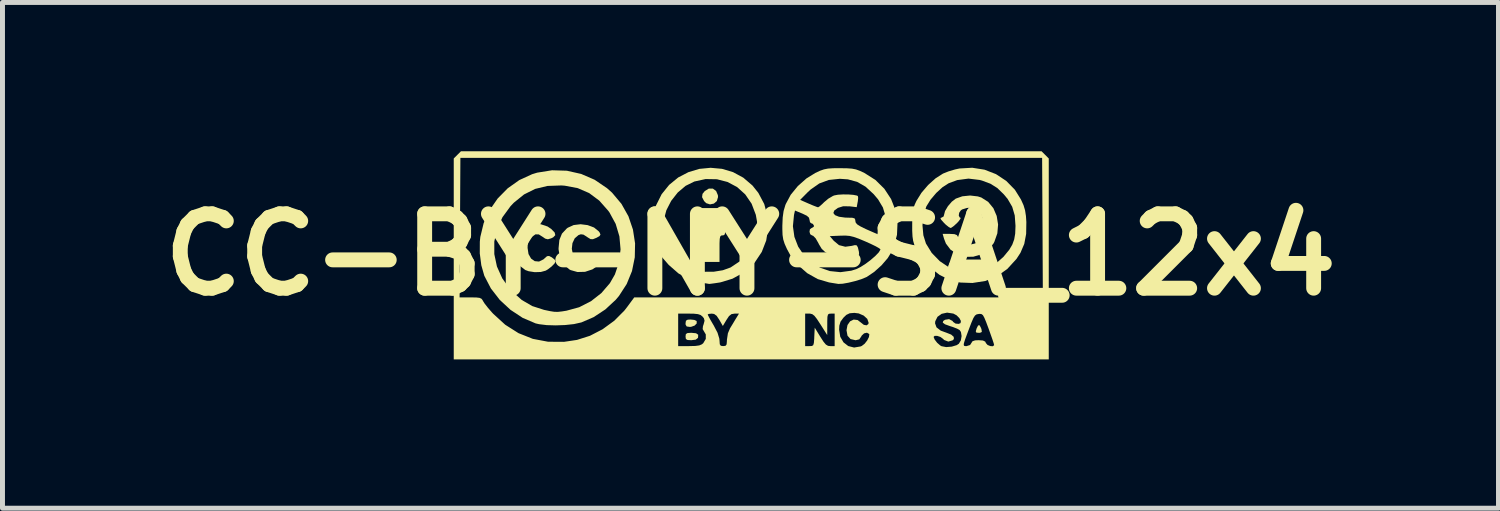
<source format=kicad_pcb>
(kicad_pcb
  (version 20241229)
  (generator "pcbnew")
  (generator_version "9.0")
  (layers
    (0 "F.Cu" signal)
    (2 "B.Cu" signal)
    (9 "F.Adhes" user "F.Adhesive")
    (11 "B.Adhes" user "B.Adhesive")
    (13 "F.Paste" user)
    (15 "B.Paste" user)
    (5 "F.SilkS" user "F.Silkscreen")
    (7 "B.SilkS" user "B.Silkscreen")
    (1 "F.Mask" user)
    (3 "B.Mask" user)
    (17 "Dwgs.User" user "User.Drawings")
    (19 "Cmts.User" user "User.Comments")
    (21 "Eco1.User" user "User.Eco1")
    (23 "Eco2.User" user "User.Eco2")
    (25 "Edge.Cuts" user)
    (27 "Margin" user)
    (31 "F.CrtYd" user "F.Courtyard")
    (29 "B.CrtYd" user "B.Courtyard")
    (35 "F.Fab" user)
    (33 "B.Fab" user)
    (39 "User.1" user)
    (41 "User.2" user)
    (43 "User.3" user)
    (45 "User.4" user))
  (footprint "CC-BY-NY-SA_12x4"
    (layer "F.Cu")
    (at 12.086 2.084)
    (property "Reference" "CC-BY-NY-SA_12x4" (at 0 0 0) (layer "F.SilkS") (effects (font (size 1.5 1.5) (thickness 0.3))))
    (attr board_only exclude_from_pos_files exclude_from_bom)
    (fp_poly (pts (xy 4.651 1.486) (xy 4.659 1.511) (xy 4.665 1.561) (xy 4.631 1.577) (xy 4.604 1.578) (xy 4.555 1.574) (xy 4.543 1.548) (xy 4.561 1.487) (xy 4.591 1.428) (xy 4.621 1.427)) (stroke (width 0) (type solid)) (fill yes) (layer "F.SilkS"))
    (fp_poly (pts (xy -1.133 1.318) (xy -1.088 1.339) (xy -1.086 1.341) (xy -1.085 1.389) (xy -1.127 1.432) (xy -1.197 1.457) (xy -1.225 1.459) (xy -1.287 1.45) (xy -1.309 1.413) (xy -1.31 1.385) (xy -1.302 1.334) (xy -1.267 1.313) (xy -1.208 1.31)) (stroke (width 0) (type solid)) (fill yes) (layer "F.SilkS"))
    (fp_poly (pts (xy -0.759 -1.33) (xy -0.694 -1.283) (xy -0.658 -1.198) (xy -0.655 -1.16) (xy -0.679 -1.079) (xy -0.739 -1.028) (xy -0.817 -1.012) (xy -0.894 -1.037) (xy -0.936 -1.079) (xy -0.977 -1.158) (xy -0.968 -1.224) (xy -0.923 -1.28) (xy -0.84 -1.331)) (stroke (width 0) (type solid)) (fill yes) (layer "F.SilkS"))
    (fp_poly (pts (xy -1.098 1.587) (xy -1.055 1.617) (xy -1.058 1.673) (xy -1.06 1.68) (xy -1.104 1.716) (xy -1.194 1.727) (xy -1.27 1.723) (xy -1.303 1.703) (xy -1.31 1.656) (xy -1.31 1.653) (xy -1.304 1.604) (xy -1.272 1.583) (xy -1.2 1.578) (xy -1.193 1.578)) (stroke (width 0) (type solid)) (fill yes) (layer "F.SilkS"))
    (fp_poly (pts (xy -0.513 -0.663) (xy -0.509 -0.533) (xy -0.511 -0.452) (xy -0.519 -0.409) (xy -0.537 -0.391) (xy -0.565 -0.387) (xy -0.593 -0.383) (xy -0.611 -0.363) (xy -0.621 -0.315) (xy -0.625 -0.229) (xy -0.625 -0.119) (xy -0.625 0.149) (xy -0.804 0.149) (xy -0.983 0.149) (xy -0.983 -0.119) (xy -0.983 -0.246) (xy -0.987 -0.325) (xy -0.997 -0.367) (xy -1.018 -0.384) (xy -1.051 -0.387) (xy -1.058 -0.387) (xy -1.134 -0.387) (xy -1.125 -0.663) (xy -1.117 -0.938) (xy -0.819 -0.938) (xy -0.521 -0.938)) (stroke (width 0) (type solid)) (fill yes) (layer "F.SilkS"))
    (fp_poly (pts (xy -4.233 -0.613) (xy -4.093 -0.566) (xy -4.019 -0.516) (xy -3.95 -0.445) (xy -3.937 -0.391) (xy -3.979 -0.348) (xy -4.019 -0.328) (xy -4.087 -0.308) (xy -4.141 -0.322) (xy -4.187 -0.354) (xy -4.269 -0.406) (xy -4.336 -0.408) (xy -4.407 -0.359) (xy -4.423 -0.344) (xy -4.474 -0.275) (xy -4.494 -0.187) (xy -4.496 -0.134) (xy -4.477 -0.01) (xy -4.425 0.081) (xy -4.351 0.133) (xy -4.265 0.141) (xy -4.176 0.097) (xy -4.156 0.079) (xy -4.104 0.033) (xy -4.063 0.028) (xy -4.008 0.056) (xy -3.953 0.099) (xy -3.931 0.136) (xy -3.953 0.181) (xy -4.011 0.24) (xy -4.086 0.298) (xy -4.13 0.324) (xy -4.228 0.351) (xy -4.352 0.355) (xy -4.475 0.336) (xy -4.541 0.312) (xy -4.664 0.218) (xy -4.746 0.085) (xy -4.785 -0.076) (xy -4.78 -0.23) (xy -4.731 -0.374) (xy -4.64 -0.489) (xy -4.519 -0.571) (xy -4.379 -0.613)) (stroke (width 0) (type solid)) (fill yes) (layer "F.SilkS"))
    (fp_poly (pts (xy -3.285 -0.594) (xy -3.156 -0.546) (xy -3.06 -0.468) (xy -3.042 -0.443) (xy -3.026 -0.402) (xy -3.046 -0.372) (xy -3.107 -0.338) (xy -3.177 -0.31) (xy -3.225 -0.311) (xy -3.283 -0.346) (xy -3.301 -0.359) (xy -3.369 -0.402) (xy -3.422 -0.409) (xy -3.469 -0.393) (xy -3.545 -0.328) (xy -3.591 -0.23) (xy -3.604 -0.116) (xy -3.582 -0.005) (xy -3.53 0.076) (xy -3.44 0.137) (xy -3.353 0.139) (xy -3.265 0.081) (xy -3.263 0.079) (xy -3.21 0.034) (xy -3.166 0.028) (xy -3.108 0.053) (xy -3.046 0.086) (xy -3.013 0.105) (xy -3.013 0.105) (xy -3.015 0.137) (xy -3.052 0.189) (xy -3.112 0.246) (xy -3.182 0.295) (xy -3.192 0.3) (xy -3.337 0.348) (xy -3.49 0.352) (xy -3.628 0.313) (xy -3.655 0.298) (xy -3.773 0.197) (xy -3.844 0.064) (xy -3.871 -0.106) (xy -3.871 -0.128) (xy -3.855 -0.294) (xy -3.803 -0.422) (xy -3.71 -0.522) (xy -3.686 -0.541) (xy -3.567 -0.595) (xy -3.427 -0.612)) (stroke (width 0) (type solid)) (fill yes) (layer "F.SilkS"))
    (fp_poly (pts (xy 4.584 -1.173) (xy 4.654 -1.151) (xy 4.793 -1.063) (xy 4.898 -0.935) (xy 4.965 -0.779) (xy 4.993 -0.606) (xy 4.978 -0.428) (xy 4.917 -0.255) (xy 4.898 -0.22) (xy 4.791 -0.092) (xy 4.651 -0.003) (xy 4.491 0.044) (xy 4.326 0.045) (xy 4.171 -0.005) (xy 4.032 -0.101) (xy 3.941 -0.222) (xy 3.903 -0.32) (xy 3.875 -0.417) (xy 4.02 -0.417) (xy 4.113 -0.412) (xy 4.162 -0.393) (xy 4.182 -0.361) (xy 4.238 -0.272) (xy 4.327 -0.218) (xy 4.432 -0.201) (xy 4.534 -0.225) (xy 4.605 -0.279) (xy 4.665 -0.385) (xy 4.694 -0.515) (xy 4.694 -0.651) (xy 4.665 -0.778) (xy 4.608 -0.877) (xy 4.569 -0.912) (xy 4.478 -0.942) (xy 4.368 -0.941) (xy 4.268 -0.91) (xy 4.241 -0.891) (xy 4.208 -0.842) (xy 4.2 -0.787) (xy 4.218 -0.749) (xy 4.234 -0.744) (xy 4.236 -0.726) (xy 4.203 -0.678) (xy 4.169 -0.64) (xy 4.103 -0.579) (xy 4.051 -0.542) (xy 4.035 -0.536) (xy 3.996 -0.556) (xy 3.935 -0.606) (xy 3.901 -0.64) (xy 3.844 -0.704) (xy 3.83 -0.737) (xy 3.85 -0.744) (xy 3.893 -0.767) (xy 3.901 -0.792) (xy 3.923 -0.877) (xy 3.981 -0.975) (xy 4.059 -1.066) (xy 4.139 -1.128) (xy 4.272 -1.175) (xy 4.429 -1.191)) (stroke (width 0) (type solid)) (fill yes) (layer "F.SilkS"))
    (fp_poly (pts (xy -0.575 -1.729) (xy -0.353 -1.663) (xy -0.146 -1.551) (xy 0.039 -1.393) (xy 0.158 -1.244) (xy 0.277 -1.019) (xy 0.342 -0.777) (xy 0.355 -0.53) (xy 0.317 -0.285) (xy 0.227 -0.053) (xy 0.087 0.157) (xy 0.046 0.204) (xy -0.143 0.365) (xy -0.364 0.487) (xy -0.601 0.559) (xy -0.626 0.564) (xy -0.727 0.579) (xy -0.802 0.589) (xy -0.834 0.592) (xy -0.869 0.586) (xy -0.944 0.574) (xy -1.006 0.565) (xy -1.235 0.502) (xy -1.452 0.381) (xy -1.649 0.209) (xy -1.779 0.06) (xy -1.867 -0.081) (xy -1.922 -0.232) (xy -1.951 -0.412) (xy -1.959 -0.536) (xy -1.961 -0.599) (xy -1.757 -0.599) (xy -1.728 -0.374) (xy -1.647 -0.162) (xy -1.52 0.025) (xy -1.354 0.18) (xy -1.156 0.292) (xy -1.09 0.317) (xy -0.927 0.347) (xy -0.741 0.346) (xy -0.557 0.316) (xy -0.402 0.26) (xy -0.204 0.128) (xy -0.047 -0.037) (xy 0.063 -0.229) (xy 0.124 -0.44) (xy 0.132 -0.661) (xy 0.107 -0.802) (xy 0.022 -1.026) (xy -0.107 -1.214) (xy -0.27 -1.361) (xy -0.463 -1.464) (xy -0.677 -1.519) (xy -0.906 -1.523) (xy -1.133 -1.473) (xy -1.309 -1.386) (xy -1.468 -1.251) (xy -1.6 -1.083) (xy -1.697 -0.894) (xy -1.75 -0.696) (xy -1.757 -0.599) (xy -1.961 -0.599) (xy -1.963 -0.685) (xy -1.957 -0.795) (xy -1.94 -0.887) (xy -1.909 -0.983) (xy -1.906 -0.99) (xy -1.792 -1.218) (xy -1.64 -1.406) (xy -1.458 -1.555) (xy -1.252 -1.662) (xy -1.032 -1.728) (xy -0.804 -1.75)) (stroke (width 0) (type solid)) (fill yes) (layer "F.SilkS"))
    (fp_poly (pts (xy 4.719 -1.712) (xy 4.951 -1.622) (xy 5.158 -1.485) (xy 5.332 -1.307) (xy 5.454 -1.111) (xy 5.506 -0.996) (xy 5.537 -0.893) (xy 5.555 -0.777) (xy 5.563 -0.656) (xy 5.559 -0.417) (xy 5.521 -0.215) (xy 5.444 -0.035) (xy 5.363 0.089) (xy 5.178 0.291) (xy 4.969 0.439) (xy 4.735 0.533) (xy 4.475 0.573) (xy 4.226 0.564) (xy 4.019 0.512) (xy 3.815 0.411) (xy 3.627 0.268) (xy 3.466 0.092) (xy 3.344 -0.106) (xy 3.34 -0.113) (xy 3.303 -0.198) (xy 3.28 -0.277) (xy 3.267 -0.365) (xy 3.261 -0.482) (xy 3.261 -0.589) (xy 3.468 -0.589) (xy 3.486 -0.389) (xy 3.538 -0.223) (xy 3.655 -0.033) (xy 3.817 0.133) (xy 4.011 0.264) (xy 4.169 0.331) (xy 4.278 0.349) (xy 4.42 0.349) (xy 4.573 0.333) (xy 4.715 0.303) (xy 4.805 0.27) (xy 4.956 0.175) (xy 5.101 0.046) (xy 5.22 -0.099) (xy 5.28 -0.202) (xy 5.318 -0.306) (xy 5.338 -0.422) (xy 5.344 -0.573) (xy 5.344 -0.581) (xy 5.329 -0.789) (xy 5.278 -0.963) (xy 5.186 -1.121) (xy 5.107 -1.216) (xy 4.977 -1.342) (xy 4.838 -1.429) (xy 4.669 -1.492) (xy 4.621 -1.505) (xy 4.396 -1.532) (xy 4.169 -1.502) (xy 3.996 -1.438) (xy 3.873 -1.359) (xy 3.745 -1.242) (xy 3.63 -1.106) (xy 3.545 -0.969) (xy 3.545 -0.968) (xy 3.487 -0.79) (xy 3.468 -0.589) (xy 3.261 -0.589) (xy 3.261 -0.596) (xy 3.262 -0.742) (xy 3.269 -0.847) (xy 3.284 -0.929) (xy 3.31 -1.004) (xy 3.346 -1.082) (xy 3.447 -1.245) (xy 3.582 -1.403) (xy 3.734 -1.539) (xy 3.882 -1.633) (xy 3.992 -1.677) (xy 4.126 -1.717) (xy 4.215 -1.736) (xy 4.471 -1.751)) (stroke (width 0) (type solid)) (fill yes) (layer "F.SilkS"))
    (fp_poly (pts (xy -3.704 -1.691) (xy -3.415 -1.626) (xy -3.143 -1.508) (xy -2.894 -1.339) (xy -2.792 -1.248) (xy -2.603 -1.023) (xy -2.462 -0.772) (xy -2.371 -0.504) (xy -2.328 -0.225) (xy -2.334 0.056) (xy -2.39 0.332) (xy -2.497 0.594) (xy -2.653 0.835) (xy -2.718 0.912) (xy -2.927 1.106) (xy -3.162 1.261) (xy -3.407 1.367) (xy -3.418 1.37) (xy -3.561 1.402) (xy -3.738 1.421) (xy -3.927 1.428) (xy -4.109 1.423) (xy -4.264 1.404) (xy -4.334 1.388) (xy -4.596 1.276) (xy -4.84 1.115) (xy -5.057 0.914) (xy -5.236 0.683) (xy -5.367 0.431) (xy -5.37 0.423) (xy -5.429 0.216) (xy -5.458 -0.009) (xy -5.167 -0.009) (xy -5.114 0.241) (xy -5.006 0.481) (xy -4.844 0.704) (xy -4.81 0.741) (xy -4.613 0.916) (xy -4.401 1.039) (xy -4.165 1.115) (xy -4.161 1.116) (xy -4.042 1.141) (xy -3.959 1.154) (xy -3.887 1.156) (xy -3.805 1.147) (xy -3.711 1.132) (xy -3.455 1.062) (xy -3.218 0.941) (xy -3.008 0.777) (xy -2.836 0.577) (xy -2.735 0.401) (xy -2.651 0.154) (xy -2.621 -0.105) (xy -2.644 -0.366) (xy -2.719 -0.618) (xy -2.845 -0.85) (xy -2.868 -0.882) (xy -3.05 -1.088) (xy -3.254 -1.24) (xy -3.485 -1.34) (xy -3.746 -1.389) (xy -3.814 -1.394) (xy -4.094 -1.384) (xy -4.344 -1.324) (xy -4.568 -1.212) (xy -4.773 -1.046) (xy -4.838 -0.978) (xy -5.002 -0.754) (xy -5.112 -0.513) (xy -5.167 -0.263) (xy -5.167 -0.009) (xy -5.458 -0.009) (xy -5.46 -0.02) (xy -5.459 -0.26) (xy -5.449 -0.356) (xy -5.382 -0.633) (xy -5.263 -0.894) (xy -5.099 -1.131) (xy -4.897 -1.336) (xy -4.663 -1.502) (xy -4.404 -1.621) (xy -4.302 -1.652) (xy -4.002 -1.7)) (stroke (width 0) (type solid)) (fill yes) (layer "F.SilkS"))
    (fp_poly (pts (xy 1.944 -1.74) (xy 2.046 -1.733) (xy 2.127 -1.717) (xy 2.207 -1.688) (xy 2.298 -1.645) (xy 2.519 -1.505) (xy 2.699 -1.327) (xy 2.835 -1.12) (xy 2.925 -0.891) (xy 2.965 -0.647) (xy 2.954 -0.397) (xy 2.887 -0.148) (xy 2.855 -0.072) (xy 2.767 0.072) (xy 2.641 0.218) (xy 2.494 0.35) (xy 2.346 0.45) (xy 2.331 0.457) (xy 2.234 0.497) (xy 2.109 0.535) (xy 1.978 0.567) (xy 1.859 0.588) (xy 1.775 0.592) (xy 1.772 0.592) (xy 1.727 0.585) (xy 1.646 0.572) (xy 1.585 0.562) (xy 1.357 0.495) (xy 1.145 0.376) (xy 0.957 0.212) (xy 0.802 0.011) (xy 0.735 -0.112) (xy 0.688 -0.217) (xy 0.66 -0.305) (xy 0.646 -0.396) (xy 0.642 -0.514) (xy 0.642 -0.572) (xy 0.855 -0.572) (xy 0.885 -0.357) (xy 0.961 -0.16) (xy 1.077 0.013) (xy 1.227 0.156) (xy 1.404 0.265) (xy 1.601 0.333) (xy 1.813 0.355) (xy 2.033 0.325) (xy 2.133 0.294) (xy 2.221 0.25) (xy 2.323 0.185) (xy 2.426 0.107) (xy 2.518 0.027) (xy 2.587 -0.045) (xy 2.619 -0.098) (xy 2.62 -0.106) (xy 2.594 -0.128) (xy 2.525 -0.167) (xy 2.422 -0.217) (xy 2.322 -0.262) (xy 2.184 -0.32) (xy 2.082 -0.356) (xy 1.998 -0.376) (xy 1.915 -0.383) (xy 1.815 -0.381) (xy 1.811 -0.381) (xy 1.599 -0.372) (xy 1.679 -0.278) (xy 1.785 -0.19) (xy 1.912 -0.158) (xy 2.039 -0.175) (xy 2.107 -0.191) (xy 2.144 -0.184) (xy 2.166 -0.142) (xy 2.186 -0.057) (xy 2.19 -0.005) (xy 2.164 0.027) (xy 2.095 0.053) (xy 2.088 0.055) (xy 1.922 0.086) (xy 1.769 0.071) (xy 1.606 0.007) (xy 1.504 -0.052) (xy 1.436 -0.116) (xy 1.38 -0.208) (xy 1.37 -0.229) (xy 1.314 -0.327) (xy 1.263 -0.379) (xy 1.243 -0.385) (xy 1.205 -0.409) (xy 1.19 -0.459) (xy 1.198 -0.51) (xy 1.232 -0.536) (xy 1.236 -0.536) (xy 1.275 -0.56) (xy 1.28 -0.581) (xy 1.257 -0.62) (xy 1.236 -0.625) (xy 1.2 -0.651) (xy 1.191 -0.696) (xy 1.179 -0.744) (xy 1.136 -0.783) (xy 1.047 -0.826) (xy 1.044 -0.827) (xy 0.897 -0.888) (xy 0.877 -0.799) (xy 0.855 -0.572) (xy 0.642 -0.572) (xy 0.642 -0.581) (xy 0.649 -0.747) (xy 0.667 -0.877) (xy 0.702 -0.996) (xy 0.712 -1.021) (xy 0.756 -1.103) (xy 1.001 -1.103) (xy 1.172 -1.028) (xy 1.264 -0.989) (xy 1.334 -0.962) (xy 1.363 -0.953) (xy 1.395 -0.973) (xy 1.451 -1.023) (xy 1.484 -1.056) (xy 1.569 -1.127) (xy 1.662 -1.182) (xy 1.69 -1.193) (xy 1.764 -1.207) (xy 1.866 -1.213) (xy 1.976 -1.212) (xy 2.076 -1.204) (xy 2.146 -1.19) (xy 2.165 -1.18) (xy 2.171 -1.143) (xy 2.164 -1.073) (xy 2.161 -1.06) (xy 2.142 -0.956) (xy 1.999 -0.973) (xy 1.867 -0.974) (xy 1.762 -0.941) (xy 1.689 -0.888) (xy 1.671 -0.838) (xy 1.704 -0.795) (xy 1.784 -0.763) (xy 1.907 -0.746) (xy 1.967 -0.744) (xy 2.055 -0.742) (xy 2.099 -0.729) (xy 2.113 -0.699) (xy 2.114 -0.677) (xy 2.123 -0.642) (xy 2.154 -0.607) (xy 2.217 -0.568) (xy 2.322 -0.516) (xy 2.39 -0.486) (xy 2.509 -0.434) (xy 2.611 -0.392) (xy 2.68 -0.366) (xy 2.702 -0.36) (xy 2.724 -0.38) (xy 2.736 -0.447) (xy 2.74 -0.56) (xy 2.723 -0.772) (xy 2.67 -0.95) (xy 2.572 -1.114) (xy 2.483 -1.219) (xy 2.32 -1.369) (xy 2.151 -1.466) (xy 1.964 -1.517) (xy 1.802 -1.528) (xy 1.58 -1.505) (xy 1.387 -1.434) (xy 1.21 -1.31) (xy 1.146 -1.25) (xy 1.001 -1.103) (xy 0.756 -1.103) (xy 0.811 -1.206) (xy 0.955 -1.382) (xy 1.129 -1.536) (xy 1.305 -1.645) (xy 1.401 -1.69) (xy 1.481 -1.718) (xy 1.563 -1.734) (xy 1.667 -1.741) (xy 1.802 -1.742)) (stroke (width 0) (type solid)) (fill yes) (layer "F.SilkS"))
    (fp_poly (pts (xy 5.942 -2.011) (xy 6.015 -1.938) (xy 6.015 0.088) (xy 6.015 2.114) (xy 0.015 2.114) (xy -5.985 2.114) (xy -5.985 0.864) (xy -5.867 0.864) (xy -5.648 0.864) (xy -5.534 0.865) (xy -5.465 0.873) (xy -5.426 0.891) (xy -5.402 0.922) (xy -5.397 0.933) (xy -5.363 0.987) (xy -5.299 1.069) (xy -5.218 1.163) (xy -5.191 1.192) (xy -4.947 1.415) (xy -4.679 1.585) (xy -4.39 1.7) (xy -4.083 1.758) (xy -3.761 1.76) (xy -3.499 1.721) (xy -3.238 1.638) (xy -2.983 1.506) (xy -2.747 1.334) (xy -2.605 1.191) (xy -1.459 1.191) (xy -1.459 1.519) (xy -1.459 1.846) (xy -1.236 1.846) (xy -1.113 1.843) (xy -1.033 1.832) (xy -0.981 1.81) (xy -0.953 1.787) (xy -0.902 1.701) (xy -0.902 1.61) (xy -0.938 1.549) (xy -0.965 1.503) (xy -0.959 1.444) (xy -0.946 1.407) (xy -0.927 1.335) (xy -0.94 1.285) (xy -0.966 1.252) (xy -1.006 1.219) (xy -1.039 1.208) (xy -0.864 1.208) (xy -0.849 1.24) (xy -0.812 1.31) (xy -0.758 1.403) (xy -0.744 1.426) (xy -0.665 1.577) (xy -0.629 1.696) (xy -0.625 1.736) (xy -0.62 1.809) (xy -0.598 1.84) (xy -0.551 1.846) (xy -0.504 1.84) (xy -0.482 1.811) (xy -0.476 1.743) (xy -0.476 1.72) (xy -0.456 1.588) (xy -0.414 1.489) (xy -0.355 1.392) (xy -0.297 1.295) (xy -0.292 1.288) (xy -0.233 1.191) (xy 1.102 1.191) (xy 1.102 1.519) (xy 1.102 1.846) (xy 1.19 1.846) (xy 1.238 1.844) (xy 1.265 1.827) (xy 1.278 1.782) (xy 1.285 1.695) (xy 1.286 1.66) (xy 1.295 1.474) (xy 1.409 1.66) (xy 1.473 1.759) (xy 1.52 1.815) (xy 1.564 1.841) (xy 1.61 1.846) (xy 1.697 1.846) (xy 1.697 1.519) (xy 1.697 1.515) (xy 1.787 1.515) (xy 1.81 1.658) (xy 1.875 1.77) (xy 1.971 1.845) (xy 2.089 1.875) (xy 2.22 1.853) (xy 2.245 1.842) (xy 2.301 1.799) (xy 2.353 1.733) (xy 2.389 1.662) (xy 2.389 1.661) (xy 3.692 1.661) (xy 3.714 1.714) (xy 3.764 1.779) (xy 3.826 1.833) (xy 3.852 1.848) (xy 3.946 1.866) (xy 4.058 1.857) (xy 4.158 1.827) (xy 4.161 1.825) (xy 4.3 1.825) (xy 4.311 1.842) (xy 4.336 1.846) (xy 4.358 1.846) (xy 4.428 1.824) (xy 4.452 1.787) (xy 4.477 1.748) (xy 4.531 1.73) (xy 4.601 1.727) (xy 4.687 1.733) (xy 4.733 1.755) (xy 4.749 1.787) (xy 4.781 1.823) (xy 4.835 1.845) (xy 4.886 1.849) (xy 4.913 1.828) (xy 4.913 1.824) (xy 4.904 1.788) (xy 4.878 1.709) (xy 4.839 1.599) (xy 4.802 1.495) (xy 4.752 1.361) (xy 4.716 1.274) (xy 4.688 1.223) (xy 4.66 1.201) (xy 4.627 1.196) (xy 4.604 1.198) (xy 4.561 1.206) (xy 4.527 1.23) (xy 4.495 1.28) (xy 4.457 1.368) (xy 4.422 1.459) (xy 4.364 1.613) (xy 4.325 1.719) (xy 4.304 1.787) (xy 4.3 1.825) (xy 4.161 1.825) (xy 4.201 1.799) (xy 4.242 1.731) (xy 4.257 1.643) (xy 4.244 1.562) (xy 4.217 1.522) (xy 4.166 1.494) (xy 4.081 1.461) (xy 4.024 1.443) (xy 3.922 1.406) (xy 3.877 1.372) (xy 3.887 1.339) (xy 3.923 1.315) (xy 4.004 1.302) (xy 4.073 1.338) (xy 4.088 1.359) (xy 4.135 1.392) (xy 4.199 1.398) (xy 4.236 1.382) (xy 4.243 1.339) (xy 4.212 1.281) (xy 4.156 1.225) (xy 4.09 1.19) (xy 3.965 1.171) (xy 3.855 1.195) (xy 3.771 1.255) (xy 3.726 1.345) (xy 3.722 1.387) (xy 3.751 1.468) (xy 3.836 1.534) (xy 3.954 1.577) (xy 4.047 1.614) (xy 4.098 1.659) (xy 4.102 1.704) (xy 4.076 1.73) (xy 3.989 1.755) (xy 3.906 1.723) (xy 3.879 1.697) (xy 3.829 1.661) (xy 3.766 1.64) (xy 3.714 1.639) (xy 3.692 1.661) (xy 2.389 1.661) (xy 2.396 1.608) (xy 2.393 1.602) (xy 2.349 1.576) (xy 2.291 1.589) (xy 2.243 1.634) (xy 2.233 1.653) (xy 2.194 1.71) (xy 2.123 1.727) (xy 2.117 1.727) (xy 2.017 1.704) (xy 1.956 1.636) (xy 1.936 1.526) (xy 1.956 1.421) (xy 2.008 1.347) (xy 2.08 1.311) (xy 2.16 1.32) (xy 2.225 1.37) (xy 2.285 1.417) (xy 2.341 1.427) (xy 2.377 1.401) (xy 2.382 1.375) (xy 2.355 1.297) (xy 2.283 1.231) (xy 2.182 1.187) (xy 2.094 1.176) (xy 2 1.184) (xy 1.933 1.216) (xy 1.874 1.273) (xy 1.816 1.352) (xy 1.791 1.434) (xy 1.787 1.515) (xy 1.697 1.515) (xy 1.697 1.191) (xy 1.623 1.191) (xy 1.584 1.194) (xy 1.562 1.211) (xy 1.551 1.256) (xy 1.548 1.34) (xy 1.548 1.407) (xy 1.547 1.623) (xy 1.41 1.407) (xy 1.34 1.3) (xy 1.289 1.235) (xy 1.246 1.202) (xy 1.201 1.191) (xy 1.188 1.191) (xy 1.102 1.191) (xy -0.233 1.191) (xy -0.322 1.191) (xy -0.384 1.201) (xy -0.434 1.241) (xy -0.484 1.316) (xy -0.558 1.44) (xy -0.629 1.316) (xy -0.683 1.235) (xy -0.734 1.198) (xy -0.782 1.191) (xy -0.841 1.197) (xy -0.864 1.208) (xy -1.039 1.208) (xy -1.061 1.201) (xy -1.148 1.192) (xy -1.24 1.191) (xy -1.459 1.191) (xy -2.605 1.191) (xy -2.546 1.132) (xy -2.489 1.059) (xy -2.345 0.864) (xy 1.776 0.864) (xy 5.896 0.864) (xy 5.889 -0.543) (xy 5.881 -1.95) (xy 0.015 -1.95) (xy -5.851 -1.95) (xy -5.859 -0.543) (xy -5.867 0.864) (xy -5.985 0.864) (xy -5.985 0.088) (xy -5.985 -1.938) (xy -5.912 -2.011) (xy -5.839 -2.084) (xy 0.015 -2.084) (xy 5.869 -2.084)) (stroke (width 0) (type solid)) (fill yes) (layer "F.SilkS")))
  (gr_rect
    (start -3 -3)
    (end 27.171 7.199)
    (stroke (width 0.1) (type default))
    (fill no)
    (layer "Edge.Cuts")))
</source>
